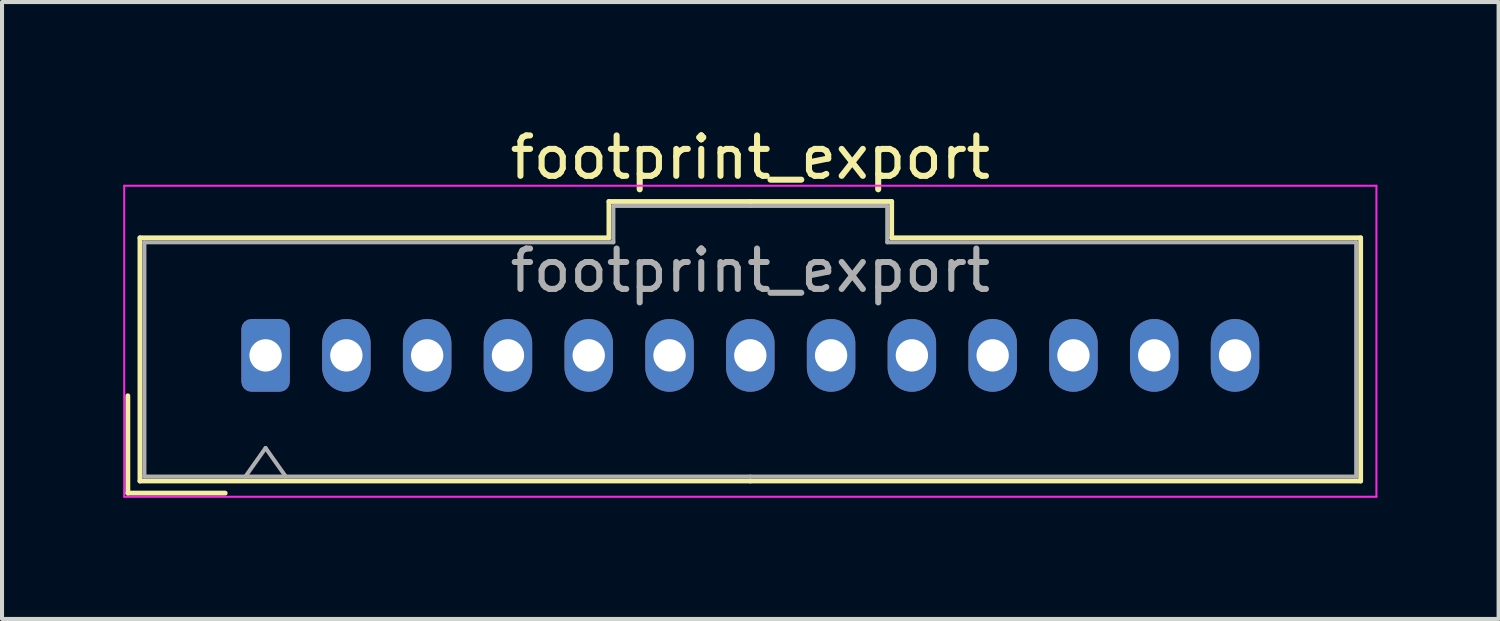
<source format=kicad_pcb>
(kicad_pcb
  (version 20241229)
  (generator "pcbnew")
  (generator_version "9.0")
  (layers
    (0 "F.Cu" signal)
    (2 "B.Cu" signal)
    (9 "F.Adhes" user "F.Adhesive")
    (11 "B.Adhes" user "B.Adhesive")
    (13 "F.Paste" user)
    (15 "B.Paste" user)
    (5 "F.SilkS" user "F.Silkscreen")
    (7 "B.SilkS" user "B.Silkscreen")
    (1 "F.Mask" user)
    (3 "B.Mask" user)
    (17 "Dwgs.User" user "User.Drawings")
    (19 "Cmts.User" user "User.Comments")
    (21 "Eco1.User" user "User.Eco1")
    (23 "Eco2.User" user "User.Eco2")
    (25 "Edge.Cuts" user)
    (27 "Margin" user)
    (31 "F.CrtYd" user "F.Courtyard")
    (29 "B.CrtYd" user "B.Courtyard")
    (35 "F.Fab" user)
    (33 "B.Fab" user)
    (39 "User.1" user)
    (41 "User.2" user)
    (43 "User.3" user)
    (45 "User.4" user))
  (footprint "footprint_export"
    (layer "F.Cu")
    (at 3.525 5.748)
    (property "Reference" "footprint_export" (at 12 -4.9 0) (layer "F.SilkS") (effects (font (size 1 1) (thickness 0.15))))
    (attr through_hole)
    (fp_line (start -3.41 1) (end -3.41 3.41) (stroke (width 0.12) (type solid)) (layer "F.SilkS"))
    (fp_line (start -3.41 3.41) (end -1 3.41) (stroke (width 0.12) (type solid)) (layer "F.SilkS"))
    (fp_line (start -3.11 -2.91) (end -3.11 3.11) (stroke (width 0.12) (type solid)) (layer "F.SilkS"))
    (fp_line (start -3.11 3.11) (end 12 3.11) (stroke (width 0.12) (type solid)) (layer "F.SilkS"))
    (fp_line (start 8.5 -3.81) (end 8.5 -2.91) (stroke (width 0.12) (type solid)) (layer "F.SilkS"))
    (fp_line (start 8.5 -2.91) (end -3.11 -2.91) (stroke (width 0.12) (type solid)) (layer "F.SilkS"))
    (fp_line (start 12 -3.81) (end 8.5 -3.81) (stroke (width 0.12) (type solid)) (layer "F.SilkS"))
    (fp_line (start 12 -3.81) (end 15.5 -3.81) (stroke (width 0.12) (type solid)) (layer "F.SilkS"))
    (fp_line (start 15.5 -3.81) (end 15.5 -2.91) (stroke (width 0.12) (type solid)) (layer "F.SilkS"))
    (fp_line (start 15.5 -2.91) (end 27.11 -2.91) (stroke (width 0.12) (type solid)) (layer "F.SilkS"))
    (fp_line (start 27.11 -2.91) (end 27.11 3.11) (stroke (width 0.12) (type solid)) (layer "F.SilkS"))
    (fp_line (start 27.11 3.11) (end 12 3.11) (stroke (width 0.12) (type solid)) (layer "F.SilkS"))
    (fp_line (start -3.5 -4.2) (end -3.5 3.5) (stroke (width 0.05) (type solid)) (layer "F.CrtYd"))
    (fp_line (start -3.5 3.5) (end 27.5 3.5) (stroke (width 0.05) (type solid)) (layer "F.CrtYd"))
    (fp_line (start 27.5 -4.2) (end -3.5 -4.2) (stroke (width 0.05) (type solid)) (layer "F.CrtYd"))
    (fp_line (start 27.5 3.5) (end 27.5 -4.2) (stroke (width 0.05) (type solid)) (layer "F.CrtYd"))
    (fp_line (start -3 -2.8) (end -3 3) (stroke (width 0.1) (type solid)) (layer "F.Fab"))
    (fp_line (start -3 3) (end 12 3) (stroke (width 0.1) (type solid)) (layer "F.Fab"))
    (fp_line (start -0.5 3) (end 0 2.293) (stroke (width 0.1) (type solid)) (layer "F.Fab"))
    (fp_line (start 0 2.293) (end 0.5 3) (stroke (width 0.1) (type solid)) (layer "F.Fab"))
    (fp_line (start 8.61 -3.7) (end 8.61 -2.8) (stroke (width 0.1) (type solid)) (layer "F.Fab"))
    (fp_line (start 8.61 -2.8) (end -3 -2.8) (stroke (width 0.1) (type solid)) (layer "F.Fab"))
    (fp_line (start 12 -3.7) (end 8.61 -3.7) (stroke (width 0.1) (type solid)) (layer "F.Fab"))
    (fp_line (start 12 -3.7) (end 15.39 -3.7) (stroke (width 0.1) (type solid)) (layer "F.Fab"))
    (fp_line (start 15.39 -3.7) (end 15.39 -2.8) (stroke (width 0.1) (type solid)) (layer "F.Fab"))
    (fp_line (start 15.39 -2.8) (end 27 -2.8) (stroke (width 0.1) (type solid)) (layer "F.Fab"))
    (fp_line (start 27 -2.8) (end 27 3) (stroke (width 0.1) (type solid)) (layer "F.Fab"))
    (fp_line (start 27 3) (end 12 3) (stroke (width 0.1) (type solid)) (layer "F.Fab"))
    (fp_text user "${REFERENCE}" (at 12 -2.1 0) (layer "F.Fab") (effects (font (size 1 1) (thickness 0.15))))
    (pad "1" thru_hole roundrect (at 0 0) (size 1.2 1.8) (drill 0.8) (layers "*.Cu" "*.Mask") (roundrect_rratio 0.208))
    (pad "2" thru_hole oval (at 2 0) (size 1.2 1.8) (drill 0.8) (layers "*.Cu" "*.Mask"))
    (pad "3" thru_hole oval (at 4 0) (size 1.2 1.8) (drill 0.8) (layers "*.Cu" "*.Mask"))
    (pad "4" thru_hole oval (at 6 0) (size 1.2 1.8) (drill 0.8) (layers "*.Cu" "*.Mask"))
    (pad "5" thru_hole oval (at 8 0) (size 1.2 1.8) (drill 0.8) (layers "*.Cu" "*.Mask"))
    (pad "6" thru_hole oval (at 10 0) (size 1.2 1.8) (drill 0.8) (layers "*.Cu" "*.Mask"))
    (pad "7" thru_hole oval (at 12 0) (size 1.2 1.8) (drill 0.8) (layers "*.Cu" "*.Mask"))
    (pad "8" thru_hole oval (at 14 0) (size 1.2 1.8) (drill 0.8) (layers "*.Cu" "*.Mask"))
    (pad "9" thru_hole oval (at 16 0) (size 1.2 1.8) (drill 0.8) (layers "*.Cu" "*.Mask"))
    (pad "10" thru_hole oval (at 18 0) (size 1.2 1.8) (drill 0.8) (layers "*.Cu" "*.Mask"))
    (pad "11" thru_hole oval (at 20 0) (size 1.2 1.8) (drill 0.8) (layers "*.Cu" "*.Mask"))
    (pad "12" thru_hole oval (at 22 0) (size 1.2 1.8) (drill 0.8) (layers "*.Cu" "*.Mask"))
    (pad "13" thru_hole oval (at 24 0) (size 1.2 1.8) (drill 0.8) (layers "*.Cu" "*.Mask")))
  (gr_rect
    (start -3 -3)
    (end 34.05 12.273)
    (stroke (width 0.1) (type default))
    (fill no)
    (layer "Edge.Cuts")))
</source>
